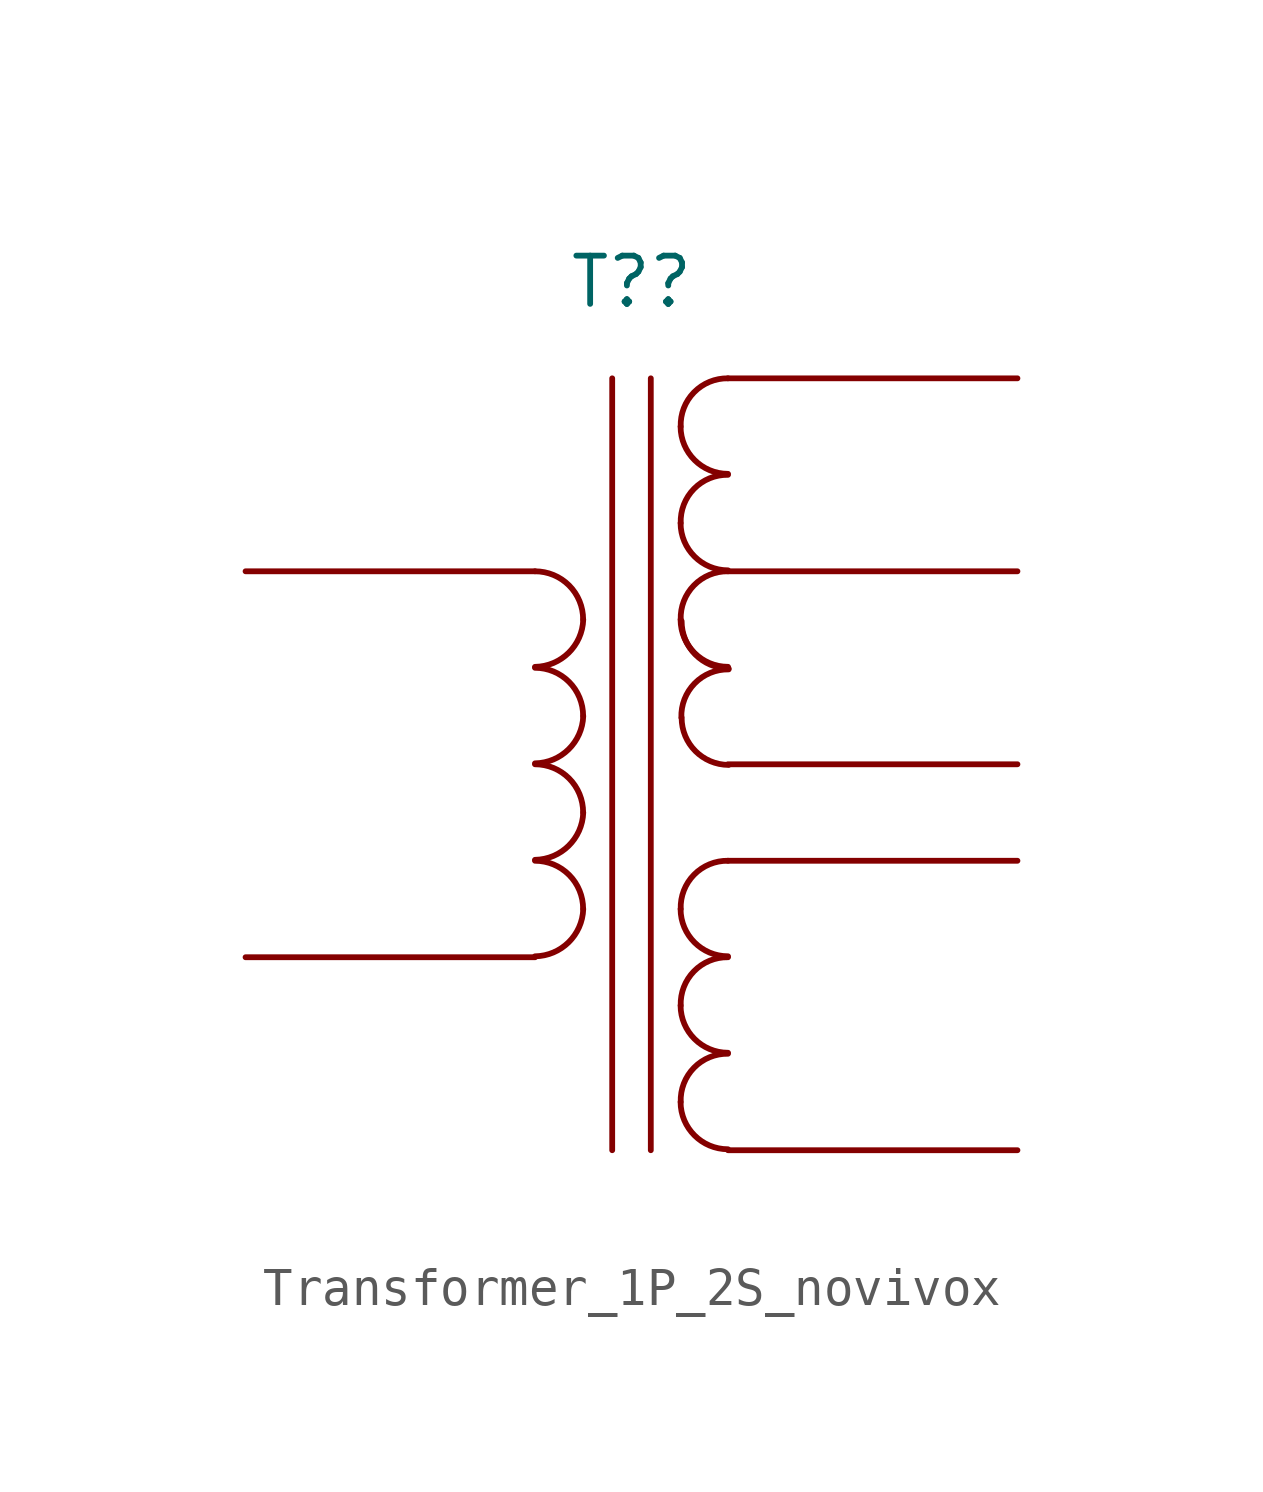
<source format=kicad_sym>
(kicad_symbol_lib
  (version 20211014)
  (generator kicad_symbol_editor)
  (symbol "Transformer_1P_2S_novivox"
    (pin_numbers hide)
    (pin_names
      (offset 1.016) hide)
    (property "Reference" "T?"
      (at 0 12.7 0)
      (effects (font (size 1.27 1.27))))
    (symbol "Transformer_1P_2S_novivox_0_1"
      (arc (start -2.54 -5.0546) (mid -1.6561 -4.6863) (end -1.27 -3.81) (stroke (width 0) (type default) (color 0 0 0 0)) (fill (type none)))
      (arc (start -2.54 -2.5146) (mid -1.6561 -2.1463) (end -1.27 -1.27) (stroke (width 0) (type default) (color 0 0 0 0)) (fill (type none)))
      (arc (start -2.54 0.0254) (mid -1.6561 0.3937) (end -1.27 1.27) (stroke (width 0) (type default) (color 0 0 0 0)) (fill (type none)))
      (arc (start -2.54 2.5654) (mid -1.6561 2.9337) (end -1.27 3.81) (stroke (width 0) (type default) (color 0 0 0 0)) (fill (type none)))
      (arc (start -1.27 -3.81) (mid -1.642 -2.912) (end -2.54 -2.54) (stroke (width 0) (type default) (color 0 0 0 0)) (fill (type none)))
      (arc (start -1.27 -1.27) (mid -1.642 -0.372) (end -2.54 0) (stroke (width 0) (type default) (color 0 0 0 0)) (fill (type none)))
      (arc (start -1.27 1.27) (mid -1.642 2.168) (end -2.54 2.54) (stroke (width 0) (type default) (color 0 0 0 0)) (fill (type none)))
      (arc (start -1.27 3.81) (mid -1.642 4.708) (end -2.54 5.08) (stroke (width 0) (type default) (color 0 0 0 0)) (fill (type none)))
      (polyline (pts (xy -0.508 -10.16) (xy -0.508 10.16)) (stroke (width 0) (type default) (color 0 0 0 0)) (fill (type none)))
      (polyline (pts (xy 0.508 10.16) (xy 0.508 -10.16)) (stroke (width 0) (type default) (color 0 0 0 0)) (fill (type none)))
      (polyline (pts (xy 2.54 5.08) (xy 10.16 5.08)) (stroke (width 0) (type default) (color 0 0 0 0)) (fill (type none)))
      (arc (start 1.2954 -8.89) (mid 1.6599 -9.7701) (end 2.54 -10.1346) (stroke (width 0) (type default) (color 0 0 0 0)) (fill (type none)))
      (arc (start 1.2954 -6.35) (mid 1.6599 -7.2301) (end 2.54 -7.5946) (stroke (width 0) (type default) (color 0 0 0 0)) (fill (type none)))
      (arc (start 1.2954 -3.81) (mid 1.6599 -4.6901) (end 2.54 -5.0546) (stroke (width 0) (type default) (color 0 0 0 0)) (fill (type none)))
      (arc (start 1.2954 3.81) (mid 1.6599 2.9299) (end 2.54 2.5654) (stroke (width 0) (type default) (color 0 0 0 0)) (fill (type none)))
      (arc (start 1.2954 6.35) (mid 1.6599 5.4699) (end 2.54 5.1054) (stroke (width 0) (type default) (color 0 0 0 0)) (fill (type none)))
      (arc (start 1.2954 8.89) (mid 1.6599 8.0099) (end 2.54 7.6454) (stroke (width 0) (type default) (color 0 0 0 0)) (fill (type none)))
      (arc (start 1.3129 1.2277) (mid 1.6774 0.3476) (end 2.5575 -0.0169) (stroke (width 0) (type default) (color 0 0 0 0)) (fill (type none)))
      (arc (start 1.3129 3.7677) (mid 1.6774 2.8876) (end 2.5575 2.5231) (stroke (width 0) (type default) (color 0 0 0 0)) (fill (type none)))
      (arc (start 2.54 -7.62) (mid 1.6456 -7.9883) (end 1.2954 -8.89) (stroke (width 0) (type default) (color 0 0 0 0)) (fill (type none)))
      (arc (start 2.54 -5.08) (mid 1.6456 -5.4483) (end 1.2954 -6.35) (stroke (width 0) (type default) (color 0 0 0 0)) (fill (type none)))
      (arc (start 2.54 -2.54) (mid 1.6456 -2.9083) (end 1.2954 -3.81) (stroke (width 0) (type default) (color 0 0 0 0)) (fill (type none)))
      (arc (start 2.54 5.08) (mid 1.6456 4.7117) (end 1.2954 3.81) (stroke (width 0) (type default) (color 0 0 0 0)) (fill (type none)))
      (arc (start 2.54 7.62) (mid 1.6456 7.2517) (end 1.2954 6.35) (stroke (width 0) (type default) (color 0 0 0 0)) (fill (type none)))
      (arc (start 2.54 10.16) (mid 1.6456 9.7917) (end 1.2954 8.89) (stroke (width 0) (type default) (color 0 0 0 0)) (fill (type none)))
      (arc (start 2.5575 2.4977) (mid 1.6631 2.1294) (end 1.3129 1.2277) (stroke (width 0) (type default) (color 0 0 0 0)) (fill (type none))))
    (symbol "Transformer_1P_2S_novivox_1_1"
      (pin passive line (at -10.16 5.08 0) (length 7.62) (name "AA" (effects (font (size 1.27 1.27)))) (number "1" (effects (font (size 1.27 1.27)))))
      (pin passive line (at -10.16 -5.08 0) (length 7.62) (name "AB" (effects (font (size 1.27 1.27)))) (number "2" (effects (font (size 1.27 1.27)))))
      (pin passive line (at 10.16 10.16 180) (length 7.62) (name "SA" (effects (font (size 1.27 1.27)))) (number "3" (effects (font (size 1.27 1.27)))))
      (pin passive line (at 10.16 0 180) (length 7.62) (name "SB" (effects (font (size 1.27 1.27)))) (number "4" (effects (font (size 1.27 1.27)))))
      (pin passive line (at 10.16 -2.54 180) (length 7.62) (name "SC" (effects (font (size 1.27 1.27)))) (number "5" (effects (font (size 1.27 1.27)))))
      (pin passive line (at 10.16 -10.16 180) (length 7.62) (name "SD" (effects (font (size 1.27 1.27)))) (number "6" (effects (font (size 1.27 1.27))))))))
</source>
